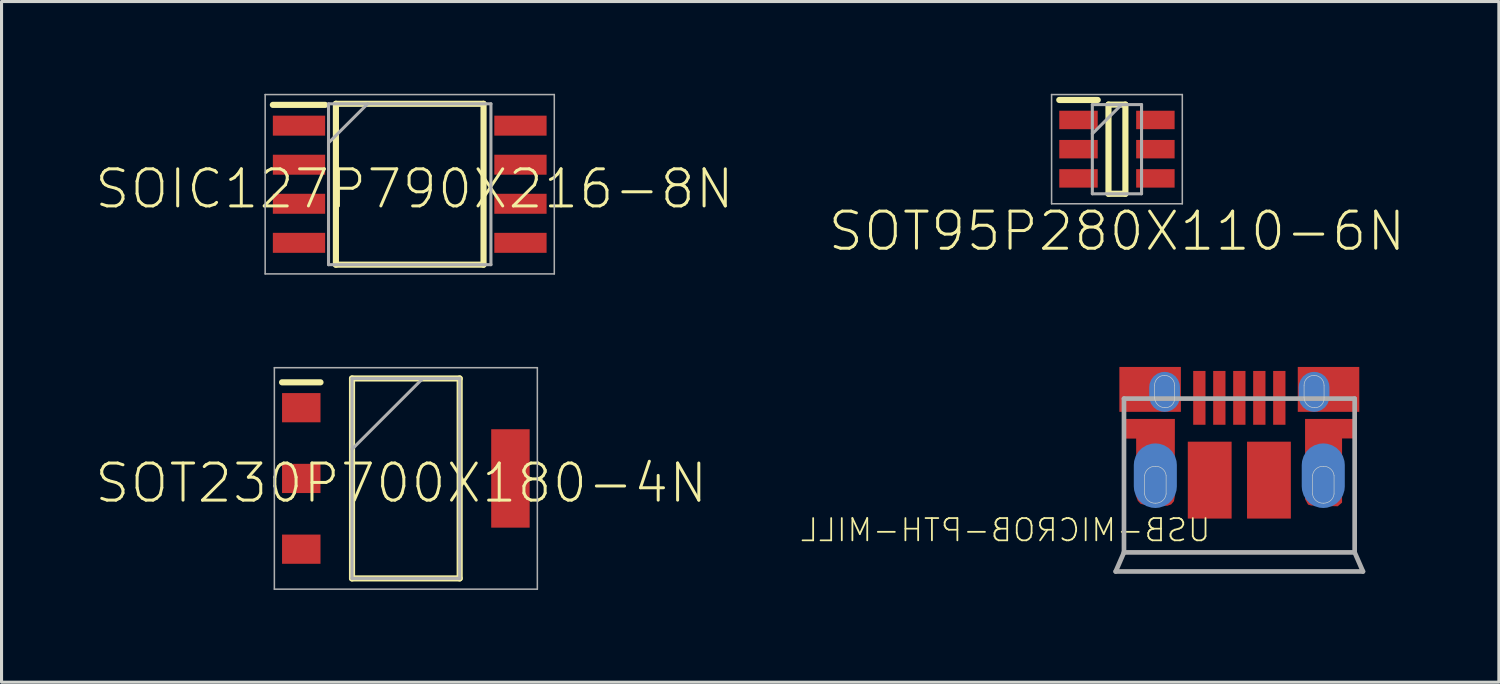
<source format=kicad_pcb>
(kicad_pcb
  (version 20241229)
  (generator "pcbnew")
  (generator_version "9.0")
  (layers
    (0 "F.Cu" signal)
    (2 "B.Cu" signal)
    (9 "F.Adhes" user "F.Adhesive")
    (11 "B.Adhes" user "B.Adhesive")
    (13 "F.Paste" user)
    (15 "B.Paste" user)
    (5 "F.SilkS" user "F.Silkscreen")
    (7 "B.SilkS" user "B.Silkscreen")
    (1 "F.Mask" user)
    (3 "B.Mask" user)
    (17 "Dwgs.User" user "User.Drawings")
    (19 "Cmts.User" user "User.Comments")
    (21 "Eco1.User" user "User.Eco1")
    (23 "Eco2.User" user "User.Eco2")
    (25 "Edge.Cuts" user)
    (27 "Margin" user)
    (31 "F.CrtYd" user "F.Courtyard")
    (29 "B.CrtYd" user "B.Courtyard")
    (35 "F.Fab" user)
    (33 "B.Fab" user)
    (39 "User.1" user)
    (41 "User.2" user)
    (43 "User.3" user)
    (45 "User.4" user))
  (footprint "USB-MICROB-PTH-MILL"
    (layer "F.Cu")
    (at 37.243 9.885)
    (property "Reference" "USB-MICROB-PTH-MILL" (at -0.889 4.724 180) (layer "F.SilkS") (effects (font (size 0.724 0.724) (thickness 0.058)) (justify left bottom mirror)))
    (attr through_hole)
    (fp_poly (pts (xy 3.718 0.685) (xy 3.718 1.32) (xy 3.34 1.32) (xy 3.34 3.405) (xy 3.2 3.525) (xy 2.335 3.5) (xy 2.235 3.471) (xy 2.137 3.295) (xy 2.137 0.685)) (stroke (width 0) (type solid)) (fill yes) (layer "F.Cu"))
    (fp_poly (pts (xy -3.725 0.685) (xy -3.73 1.325) (xy -3.355 1.325) (xy -3.35 3.215) (xy -3.302 3.345) (xy -3.209 3.446) (xy -2.945 3.51) (xy -2.345 3.51) (xy -2.215 3.464) (xy -2.126 3.36) (xy -2.1 3.225) (xy -2.095 0.685)) (stroke (width 0) (type solid)) (fill yes) (layer "F.Cu"))
    (fp_poly (pts (xy -3.8 0.625) (xy -2 0.625) (xy -2 3.225) (xy -2.008 3.363) (xy -2.067 3.487) (xy -2.3 3.625) (xy -3 3.625) (xy -3.153 3.595) (xy -3.283 3.508) (xy -3.4 3.225) (xy -3.4 1.425) (xy -3.8 1.425)) (stroke (width 0) (type solid)) (fill yes) (layer "F.Mask"))
    (fp_poly (pts (xy 2 0.625) (xy 3.8 0.625) (xy 3.8 1.425) (xy 3.5 1.425) (xy 3.5 3.325) (xy 3.454 3.455) (xy 3.362 3.558) (xy 3.1 3.625) (xy 2.3 3.625) (xy 2.15 3.585) (xy 2.04 3.475) (xy 2 3.325)) (stroke (width 0) (type solid)) (fill yes) (layer "F.Mask"))
    (fp_poly (pts (xy -3.429 2.032) (xy -2.032 2.032) (xy -2.032 3.683) (xy -3.429 3.683)) (stroke (width 0) (type solid)) (fill yes) (layer "In1.Cu"))
    (fp_poly (pts (xy -2.921 -0.889) (xy -1.905 -0.889) (xy -1.905 0.508) (xy -2.921 0.508)) (stroke (width 0) (type solid)) (fill yes) (layer "In1.Cu"))
    (fp_poly (pts (xy 1.905 -0.889) (xy 2.921 -0.889) (xy 2.921 0.508) (xy 1.905 0.508)) (stroke (width 0) (type solid)) (fill yes) (layer "In1.Cu"))
    (fp_poly (pts (xy 2.032 2.032) (xy 3.429 2.032) (xy 3.429 3.683) (xy 2.032 3.683)) (stroke (width 0) (type solid)) (fill yes) (layer "In1.Cu"))
    (fp_poly (pts (xy -3.429 2.032) (xy -2.032 2.032) (xy -2.032 3.683) (xy -3.429 3.683)) (stroke (width 0) (type solid)) (fill yes) (layer "In2.Cu"))
    (fp_poly (pts (xy -2.921 -0.889) (xy -1.905 -0.889) (xy -1.905 0.508) (xy -2.921 0.508)) (stroke (width 0) (type solid)) (fill yes) (layer "In2.Cu"))
    (fp_poly (pts (xy 1.905 -0.889) (xy 2.921 -0.889) (xy 2.921 0.508) (xy 1.905 0.508)) (stroke (width 0) (type solid)) (fill yes) (layer "In2.Cu"))
    (fp_poly (pts (xy 2.032 2.032) (xy 3.429 2.032) (xy 3.429 3.683) (xy 2.032 3.683)) (stroke (width 0) (type solid)) (fill yes) (layer "In2.Cu"))
    (fp_poly (pts (xy -1.425 -0.819) (xy -1.175 -0.819) (xy -1.175 0.806) (xy -1.425 0.806)) (stroke (width 0) (type solid)) (fill yes) (layer "F.Paste"))
    (fp_poly (pts (xy -0.775 -0.819) (xy -0.525 -0.819) (xy -0.525 0.806) (xy -0.775 0.806)) (stroke (width 0) (type solid)) (fill yes) (layer "F.Paste"))
    (fp_poly (pts (xy -0.125 -0.819) (xy 0.125 -0.819) (xy 0.125 0.806) (xy -0.125 0.806)) (stroke (width 0) (type solid)) (fill yes) (layer "F.Paste"))
    (fp_poly (pts (xy 0.525 -0.819) (xy 0.775 -0.819) (xy 0.775 0.806) (xy 0.525 0.806)) (stroke (width 0) (type solid)) (fill yes) (layer "F.Paste"))
    (fp_poly (pts (xy 1.175 -0.819) (xy 1.425 -0.819) (xy 1.425 0.806) (xy 1.175 0.806)) (stroke (width 0) (type solid)) (fill yes) (layer "F.Paste"))
    (fp_poly (pts (xy -3.393 1.438) (xy -3.875 1.438) (xy -3.875 0.65) (xy -1.996 0.65) (xy -1.996 3.19) (xy -2.021 3.317) (xy -2.092 3.424) (xy -2.326 3.52) (xy -3.062 3.52) (xy -3.215 3.48) (xy -3.326 3.368) (xy -3.367 3.216) (xy -3.367 1.463)) (stroke (width 0) (type solid)) (fill yes) (layer "F.Paste"))
    (fp_poly (pts (xy 3.38 1.438) (xy 3.862 1.438) (xy 3.862 0.65) (xy 1.983 0.65) (xy 1.983 3.19) (xy 2.008 3.317) (xy 2.08 3.424) (xy 2.313 3.52) (xy 3.05 3.52) (xy 3.202 3.48) (xy 3.314 3.368) (xy 3.354 3.216) (xy 3.354 1.463)) (stroke (width 0) (type solid)) (fill yes) (layer "F.Paste"))
    (fp_line (start -3.08 3.125) (end -3.08 2.525) (stroke (width 0.02) (type solid)) (layer "Edge.Cuts"))
    (fp_line (start -2.755 -0.005) (end -2.755 -0.405) (stroke (width 0.02) (type solid)) (layer "Edge.Cuts"))
    (fp_line (start -2.38 2.525) (end -2.38 3.125) (stroke (width 0.02) (type solid)) (layer "Edge.Cuts"))
    (fp_line (start -2.105 -0.405) (end -2.105 -0.005) (stroke (width 0.02) (type solid)) (layer "Edge.Cuts"))
    (fp_line (start 2.105 -0.005) (end 2.105 -0.405) (stroke (width 0.02) (type solid)) (layer "Edge.Cuts"))
    (fp_line (start 2.38 3.125) (end 2.38 2.525) (stroke (width 0.02) (type solid)) (layer "Edge.Cuts"))
    (fp_line (start 2.755 -0.405) (end 2.755 -0.005) (stroke (width 0.02) (type solid)) (layer "Edge.Cuts"))
    (fp_line (start 3.08 2.525) (end 3.08 3.125) (stroke (width 0.02) (type solid)) (layer "Edge.Cuts"))
    (fp_arc (start -3.08 2.525) (mid -2.963332 2.306945) (end -2.73 2.224998) (stroke (width 0.02) (type solid)) (layer "Edge.Cuts"))
    (fp_arc (start -2.755 -0.405) (mid -2.661326 -0.636326) (end -2.43 -0.73) (stroke (width 0.02) (type solid)) (layer "Edge.Cuts"))
    (fp_arc (start -2.73 2.225) (mid -2.496669 2.306946) (end -2.380001 2.524999) (stroke (width 0.02) (type solid)) (layer "Edge.Cuts"))
    (fp_arc (start -2.73 3.425) (mid -2.963332 3.343053) (end -3.079999 3.124999) (stroke (width 0.02) (type solid)) (layer "Edge.Cuts"))
    (fp_arc (start -2.43 -0.73) (mid -2.20019 -0.63481) (end -2.105 -0.405) (stroke (width 0.02) (type solid)) (layer "Edge.Cuts"))
    (fp_arc (start -2.42 0.32) (mid -2.652143 0.224133) (end -2.754999 -0.005) (stroke (width 0.02) (type solid)) (layer "Edge.Cuts"))
    (fp_arc (start -2.38 3.125) (mid -2.496668 3.343054) (end -2.73 3.425) (stroke (width 0.02) (type solid)) (layer "Edge.Cuts"))
    (fp_arc (start -2.105 -0.005) (mid -2.188412 0.229308) (end -2.42 0.319998) (stroke (width 0.02) (type solid)) (layer "Edge.Cuts"))
    (fp_arc (start 2.105 -0.405) (mid 2.198674 -0.636325) (end 2.429999 -0.729999) (stroke (width 0.02) (type solid)) (layer "Edge.Cuts"))
    (fp_arc (start 2.38 2.525) (mid 2.496668 2.306946) (end 2.729999 2.224999) (stroke (width 0.02) (type solid)) (layer "Edge.Cuts"))
    (fp_arc (start 2.43 -0.73) (mid 2.65981 -0.63481) (end 2.755 -0.405) (stroke (width 0.02) (type solid)) (layer "Edge.Cuts"))
    (fp_arc (start 2.44 0.32) (mid 2.207856 0.224133) (end 2.105 -0.004999) (stroke (width 0.02) (type solid)) (layer "Edge.Cuts"))
    (fp_arc (start 2.73 2.225) (mid 2.963331 2.306946) (end 3.079998 2.525) (stroke (width 0.02) (type solid)) (layer "Edge.Cuts"))
    (fp_arc (start 2.73 3.425) (mid 2.496668 3.343054) (end 2.38 3.125) (stroke (width 0.02) (type solid)) (layer "Edge.Cuts"))
    (fp_arc (start 2.755 -0.005) (mid 2.671588 0.229309) (end 2.439999 0.319999) (stroke (width 0.02) (type solid)) (layer "Edge.Cuts"))
    (fp_arc (start 3.08 3.125) (mid 2.963331 3.343054) (end 2.729999 3.425001) (stroke (width 0.02) (type solid)) (layer "Edge.Cuts"))
    (fp_line (start -4.02 5.645) (end -3.75 5.025) (stroke (width 0.152) (type solid)) (layer "F.Fab"))
    (fp_line (start -3.75 0.025) (end -3.75 5.025) (stroke (width 0.152) (type solid)) (layer "F.Fab"))
    (fp_line (start -3.75 5.025) (end 3.75 5.025) (stroke (width 0.152) (type solid)) (layer "F.Fab"))
    (fp_line (start 3.75 0.025) (end -3.75 0.025) (stroke (width 0.152) (type solid)) (layer "F.Fab"))
    (fp_line (start 3.75 5.025) (end 3.75 0.025) (stroke (width 0.152) (type solid)) (layer "F.Fab"))
    (fp_line (start 4.02 5.645) (end -4.02 5.645) (stroke (width 0.152) (type solid)) (layer "F.Fab"))
    (fp_line (start 4.02 5.645) (end 3.75 5.025) (stroke (width 0.152) (type solid)) (layer "F.Fab"))
    (pad "D+" smd rect (at 0 0 90) (size 1.75 0.4) (layers "F.Cu" "F.Mask"))
    (pad "D-" smd rect (at -0.65 0 90) (size 1.75 0.4) (layers "F.Cu" "F.Mask"))
    (pad "GND" smd rect (at 1.3 0 90) (size 1.75 0.4) (layers "F.Cu" "F.Mask"))
    (pad "ID" smd rect (at 0.65 0 90) (size 1.75 0.4) (layers "F.Cu" "F.Mask"))
    (pad "SHIELD" smd rect (at -2.9 -0.275 90) (size 1.46 2) (layers "F.Cu" "F.Mask" "F.Paste"))
    (pad "SHIELD2" smd rect (at 2.9 -0.275 90) (size 1.46 2) (layers "F.Cu" "F.Mask" "F.Paste"))
    (pad "SHIELD3" smd rect (at -0.963 2.675 90) (size 2.5 1.425) (layers "F.Cu" "F.Mask" "F.Paste"))
    (pad "SHIELD4" smd rect (at 0.963 2.675 90) (size 2.5 1.425) (layers "F.Cu" "F.Mask" "F.Paste"))
    (pad "SHIELD5" smd roundrect (at -2.731 2.531 90) (size 2.1 1.4) (layers "B.Cu" "B.Mask") (roundrect_rratio 0.5))
    (pad "SHIELD6" smd roundrect (at 2.7 2.575 90) (size 1 1) (layers "F.Cu" "F.Mask") (roundrect_rratio 0.5))
    (pad "SHIELD7" smd roundrect (at 2.729 2.531 90) (size 2.1 1.4) (layers "B.Cu" "B.Mask") (roundrect_rratio 0.5))
    (pad "SHIELD8" smd roundrect (at -2.731 2.731 90) (size 1.5 1.1) (layers "F.Cu" "F.Mask") (roundrect_rratio 0.5))
    (pad "SHIELD9" smd roundrect (at -2.43 -0.195 90) (size 1.3 1) (layers "B.Cu" "B.Mask") (roundrect_rratio 0.5))
    (pad "SHIELD10" smd roundrect (at 2.43 -0.195 90) (size 1.3 1) (layers "B.Cu" "B.Mask") (roundrect_rratio 0.5))
    (pad "VBUS" smd rect (at -1.3 0 90) (size 1.75 0.4) (layers "F.Cu" "F.Mask")))
  (footprint "SOT230P700X180-4N"
    (layer "F.Cu")
    (at 10.145 12.505)
    (property "Reference" "SOT230P700X180-4N" (at -0.152 0.152 0) (layer "F.SilkS") (effects (font (size 1.206 1.206) (thickness 0.097))))
    (attr through_hole)
    (fp_line (start -4.025 -3.125) (end -2.775 -3.125) (stroke (width 0.2) (type solid)) (layer "F.SilkS"))
    (fp_line (start -1.75 -3.25) (end 1.75 -3.25) (stroke (width 0.2) (type solid)) (layer "F.SilkS"))
    (fp_line (start -1.75 3.25) (end -1.75 -3.25) (stroke (width 0.2) (type solid)) (layer "F.SilkS"))
    (fp_line (start 1.75 -3.25) (end 1.75 3.25) (stroke (width 0.2) (type solid)) (layer "F.SilkS"))
    (fp_line (start 1.75 3.25) (end -1.75 3.25) (stroke (width 0.2) (type solid)) (layer "F.SilkS"))
    (fp_line (start -4.275 -3.6) (end 4.275 -3.6) (stroke (width 0.05) (type solid)) (layer "F.Fab"))
    (fp_line (start -4.275 3.6) (end -4.275 -3.6) (stroke (width 0.05) (type solid)) (layer "F.Fab"))
    (fp_line (start -1.75 -3.25) (end 1.75 -3.25) (stroke (width 0.1) (type solid)) (layer "F.Fab"))
    (fp_line (start -1.75 -0.95) (end 0.55 -3.25) (stroke (width 0.1) (type solid)) (layer "F.Fab"))
    (fp_line (start -1.75 3.25) (end -1.75 -3.25) (stroke (width 0.1) (type solid)) (layer "F.Fab"))
    (fp_line (start 1.75 -3.25) (end 1.75 3.25) (stroke (width 0.1) (type solid)) (layer "F.Fab"))
    (fp_line (start 1.75 3.25) (end -1.75 3.25) (stroke (width 0.1) (type solid)) (layer "F.Fab"))
    (fp_line (start 4.275 -3.6) (end 4.275 3.6) (stroke (width 0.05) (type solid)) (layer "F.Fab"))
    (fp_line (start 4.275 3.6) (end -4.275 3.6) (stroke (width 0.05) (type solid)) (layer "F.Fab"))
    (pad "1" smd rect (at -3.4 -2.3) (size 1.25 0.95) (layers "F.Cu" "F.Mask" "F.Paste"))
    (pad "2" smd rect (at -3.4 0) (size 1.25 0.95) (layers "F.Cu" "F.Mask" "F.Paste"))
    (pad "3" smd rect (at -3.4 2.3) (size 1.25 0.95) (layers "F.Cu" "F.Mask" "F.Paste"))
    (pad "4" smd rect (at 3.4 0 90) (size 3.2 1.25) (layers "F.Cu" "F.Mask" "F.Paste")))
  (footprint "SOIC127P790X216-8N"
    (layer "F.Cu")
    (at 10.271 2.94)
    (property "Reference" "SOIC127P790X216-8N" (at 0.152 0.152 0) (layer "F.SilkS") (effects (font (size 1.206 1.206) (thickness 0.097))))
    (attr through_hole)
    (fp_line (start -4.45 -2.58) (end -2.75 -2.58) (stroke (width 0.2) (type solid)) (layer "F.SilkS"))
    (fp_line (start -2.4 -2.615) (end 2.4 -2.615) (stroke (width 0.2) (type solid)) (layer "F.SilkS"))
    (fp_line (start -2.4 2.615) (end -2.4 -2.615) (stroke (width 0.2) (type solid)) (layer "F.SilkS"))
    (fp_line (start 2.4 -2.615) (end 2.4 2.615) (stroke (width 0.2) (type solid)) (layer "F.SilkS"))
    (fp_line (start 2.4 2.615) (end -2.4 2.615) (stroke (width 0.2) (type solid)) (layer "F.SilkS"))
    (fp_line (start -4.7 -2.915) (end 4.7 -2.915) (stroke (width 0.05) (type solid)) (layer "F.Fab"))
    (fp_line (start -4.7 2.915) (end -4.7 -2.915) (stroke (width 0.05) (type solid)) (layer "F.Fab"))
    (fp_line (start -2.64 -2.615) (end 2.64 -2.615) (stroke (width 0.1) (type solid)) (layer "F.Fab"))
    (fp_line (start -2.64 -1.345) (end -1.37 -2.615) (stroke (width 0.1) (type solid)) (layer "F.Fab"))
    (fp_line (start -2.64 2.615) (end -2.64 -2.615) (stroke (width 0.1) (type solid)) (layer "F.Fab"))
    (fp_line (start 2.64 -2.615) (end 2.64 2.615) (stroke (width 0.1) (type solid)) (layer "F.Fab"))
    (fp_line (start 2.64 2.615) (end -2.64 2.615) (stroke (width 0.1) (type solid)) (layer "F.Fab"))
    (fp_line (start 4.7 -2.915) (end 4.7 2.915) (stroke (width 0.05) (type solid)) (layer "F.Fab"))
    (fp_line (start 4.7 2.915) (end -4.7 2.915) (stroke (width 0.05) (type solid)) (layer "F.Fab"))
    (pad "1" smd rect (at -3.6 -1.905) (size 1.7 0.65) (layers "F.Cu" "F.Mask" "F.Paste"))
    (pad "2" smd rect (at -3.6 -0.635) (size 1.7 0.65) (layers "F.Cu" "F.Mask" "F.Paste"))
    (pad "3" smd rect (at -3.6 0.635) (size 1.7 0.65) (layers "F.Cu" "F.Mask" "F.Paste"))
    (pad "4" smd rect (at -3.6 1.905) (size 1.7 0.65) (layers "F.Cu" "F.Mask" "F.Paste"))
    (pad "5" smd rect (at 3.6 1.905) (size 1.7 0.65) (layers "F.Cu" "F.Mask" "F.Paste"))
    (pad "6" smd rect (at 3.6 0.635) (size 1.7 0.65) (layers "F.Cu" "F.Mask" "F.Paste"))
    (pad "7" smd rect (at 3.6 -0.635) (size 1.7 0.65) (layers "F.Cu" "F.Mask" "F.Paste"))
    (pad "8" smd rect (at 3.6 -1.905) (size 1.7 0.65) (layers "F.Cu" "F.Mask" "F.Paste")))
  (footprint "SOT95P280X110-6N"
    (layer "F.Cu")
    (at 33.264 1.8)
    (property "Reference" "SOT95P280X110-6N" (at 0 2.667 180) (layer "F.SilkS") (effects (font (size 1.206 1.206) (thickness 0.097))))
    (attr through_hole)
    (fp_line (start -1.875 -1.6) (end -0.625 -1.6) (stroke (width 0.2) (type solid)) (layer "F.SilkS"))
    (fp_line (start -0.275 -1.45) (end 0.275 -1.45) (stroke (width 0.2) (type solid)) (layer "F.SilkS"))
    (fp_line (start -0.275 1.45) (end -0.275 -1.45) (stroke (width 0.2) (type solid)) (layer "F.SilkS"))
    (fp_line (start 0.275 -1.45) (end 0.275 1.45) (stroke (width 0.2) (type solid)) (layer "F.SilkS"))
    (fp_line (start 0.275 1.45) (end -0.275 1.45) (stroke (width 0.2) (type solid)) (layer "F.SilkS"))
    (fp_line (start -2.125 -1.775) (end 2.125 -1.775) (stroke (width 0.05) (type solid)) (layer "F.Fab"))
    (fp_line (start -2.125 1.775) (end -2.125 -1.775) (stroke (width 0.05) (type solid)) (layer "F.Fab"))
    (fp_line (start -0.8 -1.45) (end 0.8 -1.45) (stroke (width 0.1) (type solid)) (layer "F.Fab"))
    (fp_line (start -0.8 -0.5) (end 0.15 -1.45) (stroke (width 0.1) (type solid)) (layer "F.Fab"))
    (fp_line (start -0.8 1.45) (end -0.8 -1.45) (stroke (width 0.1) (type solid)) (layer "F.Fab"))
    (fp_line (start 0.8 -1.45) (end 0.8 1.45) (stroke (width 0.1) (type solid)) (layer "F.Fab"))
    (fp_line (start 0.8 1.45) (end -0.8 1.45) (stroke (width 0.1) (type solid)) (layer "F.Fab"))
    (fp_line (start 2.125 -1.775) (end 2.125 1.775) (stroke (width 0.05) (type solid)) (layer "F.Fab"))
    (fp_line (start 2.125 1.775) (end -2.125 1.775) (stroke (width 0.05) (type solid)) (layer "F.Fab"))
    (pad "1" smd rect (at -1.25 -0.95) (size 1.25 0.6) (layers "F.Cu" "F.Mask" "F.Paste"))
    (pad "2" smd rect (at -1.25 0) (size 1.25 0.6) (layers "F.Cu" "F.Mask" "F.Paste"))
    (pad "3" smd rect (at -1.25 0.95) (size 1.25 0.6) (layers "F.Cu" "F.Mask" "F.Paste"))
    (pad "4" smd rect (at 1.25 0.95) (size 1.25 0.6) (layers "F.Cu" "F.Mask" "F.Paste"))
    (pad "5" smd rect (at 1.25 0) (size 1.25 0.6) (layers "F.Cu" "F.Mask" "F.Paste"))
    (pad "6" smd rect (at 1.25 -0.95) (size 1.25 0.6) (layers "F.Cu" "F.Mask" "F.Paste")))
  (gr_rect
    (start -3 -3)
    (end 45.681 19.13)
    (stroke (width 0.1) (type default))
    (fill no)
    (layer "Edge.Cuts")))
</source>
